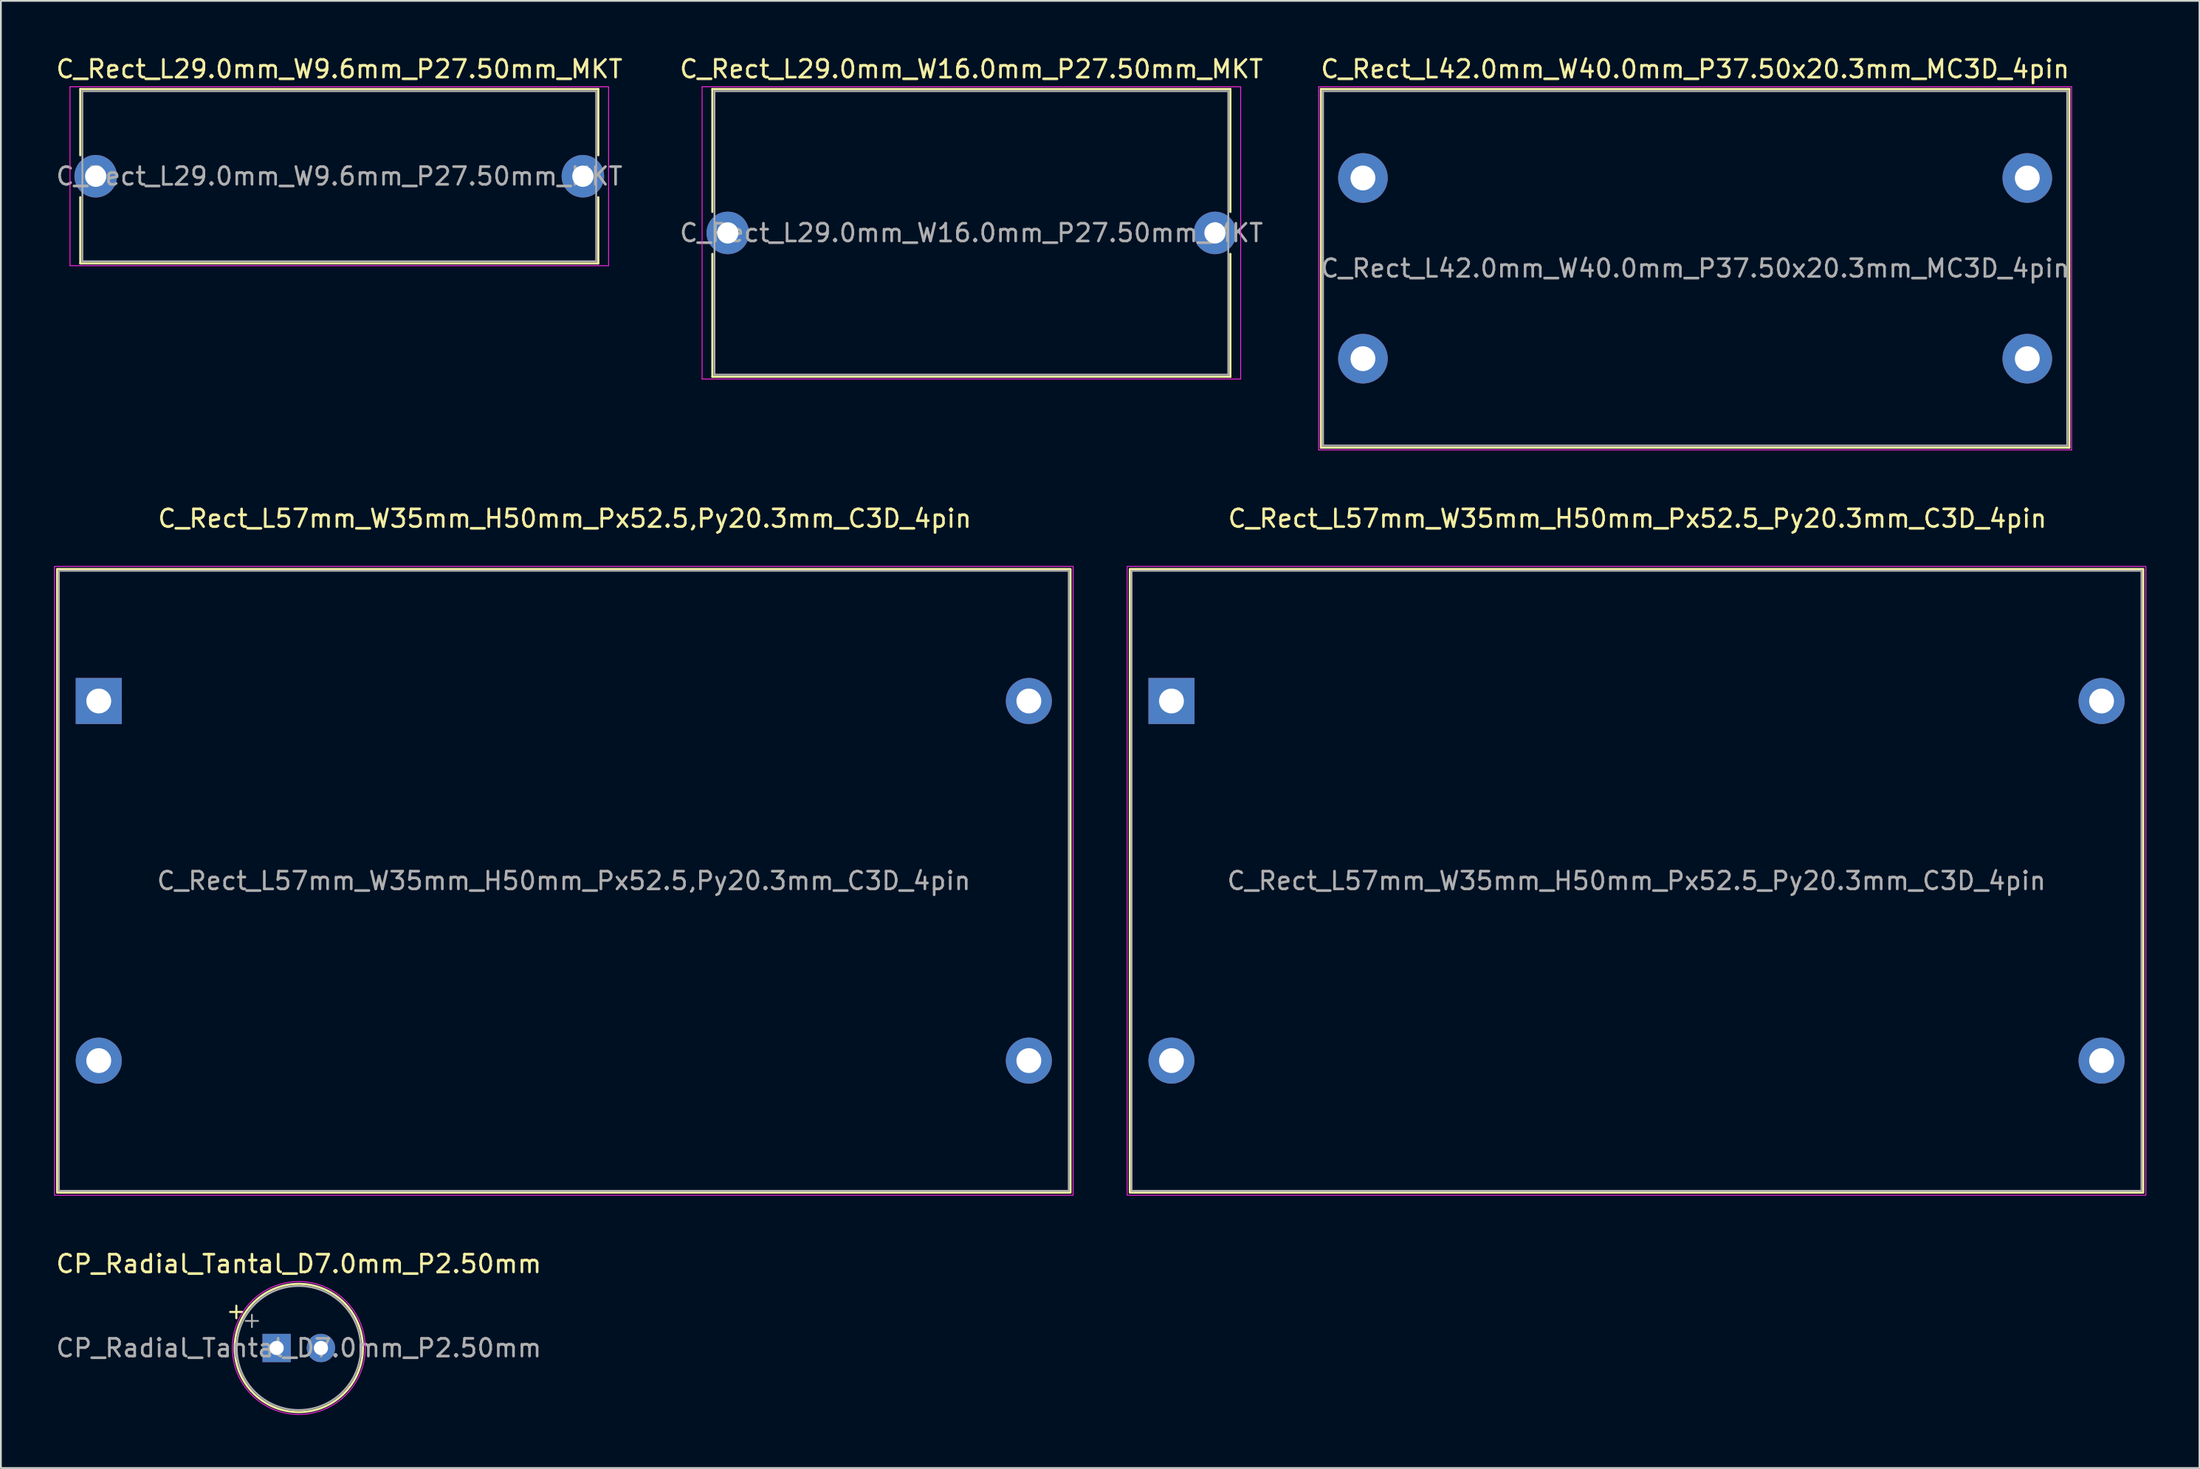
<source format=kicad_pcb>
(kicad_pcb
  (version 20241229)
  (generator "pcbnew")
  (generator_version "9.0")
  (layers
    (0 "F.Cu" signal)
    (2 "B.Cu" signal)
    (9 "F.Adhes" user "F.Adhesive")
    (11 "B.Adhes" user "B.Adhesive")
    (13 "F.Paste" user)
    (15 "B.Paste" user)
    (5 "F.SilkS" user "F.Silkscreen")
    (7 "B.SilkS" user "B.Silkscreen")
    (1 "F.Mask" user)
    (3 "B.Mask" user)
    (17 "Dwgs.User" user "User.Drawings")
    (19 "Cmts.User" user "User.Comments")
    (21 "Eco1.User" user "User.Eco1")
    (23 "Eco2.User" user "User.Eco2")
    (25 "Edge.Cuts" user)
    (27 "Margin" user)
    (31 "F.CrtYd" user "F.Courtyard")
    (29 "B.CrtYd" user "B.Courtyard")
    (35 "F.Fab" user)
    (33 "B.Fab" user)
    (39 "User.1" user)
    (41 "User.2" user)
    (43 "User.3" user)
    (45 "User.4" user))
  (footprint "C_Rect_L57mm_W35mm_H50mm_Px52.5,Py20.3mm_C3D_4pin"
    (layer "F.Cu")
    (at 2.525 36.522)
    (property "Reference" "C_Rect_L57mm_W35mm_H50mm_Px52.5,Py20.3mm_C3D_4pin" (at 26.3 -10.3 0) (layer "F.SilkS") (effects (font (size 1 1) (thickness 0.15))))
    (attr through_hole)
    (fp_rect (start 54.85 27.75) (end -2.35 -7.45) (stroke (width 0.12) (type solid)) (fill no) (layer "F.SilkS"))
    (fp_rect (start -2.5 -7.6) (end 55 27.9) (stroke (width 0.05) (type solid)) (fill no) (layer "F.CrtYd"))
    (fp_rect (start -2.25 -7.35) (end 54.75 27.65) (stroke (width 0.1) (type solid)) (fill no) (layer "F.Fab"))
    (fp_text user "${REFERENCE}" (at 26.25 10.15 0) (layer "F.Fab") (effects (font (size 1 1) (thickness 0.15))))
    (pad "1" thru_hole rect (at 0 0) (size 2.6 2.6) (drill 1.4) (layers "*.Cu" "*.Mask"))
    (pad "1" thru_hole circle (at 0 20.3) (size 2.6 2.6) (drill 1.4) (layers "*.Cu" "*.Mask"))
    (pad "2" thru_hole circle (at 52.5 0) (size 2.6 2.6) (drill 1.4) (layers "*.Cu" "*.Mask"))
    (pad "2" thru_hole circle (at 52.5 20.3) (size 2.6 2.6) (drill 1.4) (layers "*.Cu" "*.Mask")))
  (footprint "CP_Radial_Tantal_D7.0mm_P2.50mm"
    (layer "F.Cu")
    (at 12.565 73.045)
    (property "Reference" "CP_Radial_Tantal_D7.0mm_P2.50mm" (at 1.25 -4.75 0) (layer "F.SilkS") (effects (font (size 1 1) (thickness 0.15))))
    (attr through_hole)
    (fp_line (start -2.625 -2.035) (end -1.925 -2.035) (stroke (width 0.12) (type solid)) (layer "F.SilkS"))
    (fp_line (start -2.275 -2.385) (end -2.275 -1.685) (stroke (width 0.12) (type solid)) (layer "F.SilkS"))
    (fp_circle (center 1.25 0) (end 4.87 0) (stroke (width 0.12) (type solid)) (fill no) (layer "F.SilkS"))
    (fp_circle (center 1.25 0) (end 5 0) (stroke (width 0.05) (type solid)) (fill no) (layer "F.CrtYd"))
    (fp_line (start -1.746 -1.528) (end -1.046 -1.528) (stroke (width 0.1) (type solid)) (layer "F.Fab"))
    (fp_line (start -1.396 -1.877) (end -1.396 -1.177) (stroke (width 0.1) (type solid)) (layer "F.Fab"))
    (fp_circle (center 1.25 0) (end 4.75 0) (stroke (width 0.1) (type solid)) (fill no) (layer "F.Fab"))
    (fp_text user "${REFERENCE}" (at 1.25 0 0) (layer "F.Fab") (effects (font (size 1 1) (thickness 0.15))))
    (pad "1" thru_hole rect (at 0 0) (size 1.6 1.6) (drill 0.8) (layers "*.Cu" "*.Mask"))
    (pad "2" thru_hole circle (at 2.5 0) (size 1.6 1.6) (drill 0.8) (layers "*.Cu" "*.Mask")))
  (footprint "C_Rect_L42.0mm_W40.0mm_P37.50x20.3mm_MC3D_4pin"
    (layer "F.Cu")
    (at 73.882 6.998)
    (property "Reference" "C_Rect_L42.0mm_W40.0mm_P37.50x20.3mm_MC3D_4pin" (at 18.75 -6.15 0) (layer "F.SilkS") (effects (font (size 1 1) (thickness 0.15))))
    (attr through_hole)
    (fp_line (start -2.37 -5.02) (end -2.37 15.22) (stroke (width 0.12) (type solid)) (layer "F.SilkS"))
    (fp_line (start -2.37 -5.02) (end 39.87 -5.02) (stroke (width 0.12) (type solid)) (layer "F.SilkS"))
    (fp_line (start -2.37 15.22) (end 39.87 15.22) (stroke (width 0.12) (type solid)) (layer "F.SilkS"))
    (fp_line (start 39.87 -5.02) (end 39.87 15.22) (stroke (width 0.12) (type solid)) (layer "F.SilkS"))
    (fp_line (start -2.5 -5.15) (end -2.5 15.35) (stroke (width 0.05) (type solid)) (layer "F.CrtYd"))
    (fp_line (start -2.5 15.35) (end 40 15.35) (stroke (width 0.05) (type solid)) (layer "F.CrtYd"))
    (fp_line (start 40 -5.15) (end -2.5 -5.15) (stroke (width 0.05) (type solid)) (layer "F.CrtYd"))
    (fp_line (start 40 -5.15) (end 40 15.35) (stroke (width 0.05) (type solid)) (layer "F.CrtYd"))
    (fp_line (start -2.25 -4.9) (end -2.25 15.1) (stroke (width 0.1) (type solid)) (layer "F.Fab"))
    (fp_line (start -2.25 15.1) (end 39.75 15.1) (stroke (width 0.1) (type solid)) (layer "F.Fab"))
    (fp_line (start 39.75 -4.9) (end -2.25 -4.9) (stroke (width 0.1) (type solid)) (layer "F.Fab"))
    (fp_line (start 39.75 -4.9) (end 39.75 15.1) (stroke (width 0.1) (type solid)) (layer "F.Fab"))
    (fp_text user "${REFERENCE}" (at 18.75 5.1 0) (layer "F.Fab") (effects (font (size 1 1) (thickness 0.15))))
    (pad "1" thru_hole circle (at 0 0) (size 2.8 2.8) (drill 1.4) (layers "*.Cu" "*.Mask"))
    (pad "1" thru_hole circle (at 0 10.2) (size 2.8 2.8) (drill 1.4) (layers "*.Cu" "*.Mask"))
    (pad "2" thru_hole circle (at 37.5 0) (size 2.8 2.8) (drill 1.4) (layers "*.Cu" "*.Mask"))
    (pad "2" thru_hole circle (at 37.5 10.2) (size 2.8 2.8) (drill 1.4) (layers "*.Cu" "*.Mask")))
  (footprint "C_Rect_L29.0mm_W16.0mm_P27.50mm_MKT"
    (layer "F.Cu")
    (at 38.03 10.098)
    (property "Reference" "C_Rect_L29.0mm_W16.0mm_P27.50mm_MKT" (at 13.75 -9.25 0) (layer "F.SilkS") (effects (font (size 1 1) (thickness 0.15))))
    (attr through_hole)
    (fp_line (start -0.87 -8.12) (end -0.87 -1.185) (stroke (width 0.12) (type solid)) (layer "F.SilkS"))
    (fp_line (start -0.87 -8.12) (end 28.37 -8.12) (stroke (width 0.12) (type solid)) (layer "F.SilkS"))
    (fp_line (start -0.87 1.185) (end -0.87 8.12) (stroke (width 0.12) (type solid)) (layer "F.SilkS"))
    (fp_line (start -0.87 8.12) (end 28.37 8.12) (stroke (width 0.12) (type solid)) (layer "F.SilkS"))
    (fp_line (start 28.37 -8.12) (end 28.37 -1.185) (stroke (width 0.12) (type solid)) (layer "F.SilkS"))
    (fp_line (start 28.37 1.185) (end 28.37 8.12) (stroke (width 0.12) (type solid)) (layer "F.SilkS"))
    (fp_line (start -1.45 -8.25) (end -1.45 8.25) (stroke (width 0.05) (type solid)) (layer "F.CrtYd"))
    (fp_line (start -1.45 8.25) (end 28.95 8.25) (stroke (width 0.05) (type solid)) (layer "F.CrtYd"))
    (fp_line (start 28.95 -8.25) (end -1.45 -8.25) (stroke (width 0.05) (type solid)) (layer "F.CrtYd"))
    (fp_line (start 28.95 8.25) (end 28.95 -8.25) (stroke (width 0.05) (type solid)) (layer "F.CrtYd"))
    (fp_line (start -0.75 -8) (end -0.75 8) (stroke (width 0.1) (type solid)) (layer "F.Fab"))
    (fp_line (start -0.75 8) (end 28.25 8) (stroke (width 0.1) (type solid)) (layer "F.Fab"))
    (fp_line (start 28.25 -8) (end -0.75 -8) (stroke (width 0.1) (type solid)) (layer "F.Fab"))
    (fp_line (start 28.25 8) (end 28.25 -8) (stroke (width 0.1) (type solid)) (layer "F.Fab"))
    (fp_text user "${REFERENCE}" (at 13.75 0 0) (layer "F.Fab") (effects (font (size 1 1) (thickness 0.15))))
    (pad "1" thru_hole circle (at 0 0) (size 2.4 2.4) (drill 1.2) (layers "*.Cu" "*.Mask"))
    (pad "2" thru_hole circle (at 27.5 0) (size 2.4 2.4) (drill 1.2) (layers "*.Cu" "*.Mask")))
  (footprint "C_Rect_L57mm_W35mm_H50mm_Px52.5_Py20.3mm_C3D_4pin"
    (layer "F.Cu")
    (at 63.075 36.522)
    (property "Reference" "C_Rect_L57mm_W35mm_H50mm_Px52.5_Py20.3mm_C3D_4pin" (at 26.3 -10.3 0) (layer "F.SilkS") (effects (font (size 1 1) (thickness 0.15))))
    (attr through_hole)
    (fp_rect (start 54.85 27.75) (end -2.35 -7.45) (stroke (width 0.12) (type solid)) (fill no) (layer "F.SilkS"))
    (fp_rect (start -2.5 -7.6) (end 55 27.9) (stroke (width 0.05) (type solid)) (fill no) (layer "F.CrtYd"))
    (fp_rect (start -2.25 -7.35) (end 54.75 27.65) (stroke (width 0.1) (type solid)) (fill no) (layer "F.Fab"))
    (fp_text user "${REFERENCE}" (at 26.25 10.15 0) (layer "F.Fab") (effects (font (size 1 1) (thickness 0.15))))
    (pad "1" thru_hole rect (at 0 0) (size 2.6 2.6) (drill 1.4) (layers "*.Cu" "*.Mask"))
    (pad "1" thru_hole circle (at 0 20.3) (size 2.6 2.6) (drill 1.4) (layers "*.Cu" "*.Mask"))
    (pad "2" thru_hole circle (at 52.5 0) (size 2.6 2.6) (drill 1.4) (layers "*.Cu" "*.Mask"))
    (pad "2" thru_hole circle (at 52.5 20.3) (size 2.6 2.6) (drill 1.4) (layers "*.Cu" "*.Mask")))
  (footprint "C_Rect_L29.0mm_W9.6mm_P27.50mm_MKT"
    (layer "F.Cu")
    (at 2.351 6.898)
    (property "Reference" "C_Rect_L29.0mm_W9.6mm_P27.50mm_MKT" (at 13.75 -6.05 0) (layer "F.SilkS") (effects (font (size 1 1) (thickness 0.15))))
    (attr through_hole)
    (fp_line (start -0.87 -4.92) (end -0.87 -1.185) (stroke (width 0.12) (type solid)) (layer "F.SilkS"))
    (fp_line (start -0.87 -4.92) (end 28.37 -4.92) (stroke (width 0.12) (type solid)) (layer "F.SilkS"))
    (fp_line (start -0.87 1.185) (end -0.87 4.92) (stroke (width 0.12) (type solid)) (layer "F.SilkS"))
    (fp_line (start -0.87 4.92) (end 28.37 4.92) (stroke (width 0.12) (type solid)) (layer "F.SilkS"))
    (fp_line (start 28.37 -4.92) (end 28.37 -1.185) (stroke (width 0.12) (type solid)) (layer "F.SilkS"))
    (fp_line (start 28.37 1.185) (end 28.37 4.92) (stroke (width 0.12) (type solid)) (layer "F.SilkS"))
    (fp_line (start -1.45 -5.05) (end -1.45 5.05) (stroke (width 0.05) (type solid)) (layer "F.CrtYd"))
    (fp_line (start -1.45 5.05) (end 28.95 5.05) (stroke (width 0.05) (type solid)) (layer "F.CrtYd"))
    (fp_line (start 28.95 -5.05) (end -1.45 -5.05) (stroke (width 0.05) (type solid)) (layer "F.CrtYd"))
    (fp_line (start 28.95 5.05) (end 28.95 -5.05) (stroke (width 0.05) (type solid)) (layer "F.CrtYd"))
    (fp_line (start -0.75 -4.8) (end -0.75 4.8) (stroke (width 0.1) (type solid)) (layer "F.Fab"))
    (fp_line (start -0.75 4.8) (end 28.25 4.8) (stroke (width 0.1) (type solid)) (layer "F.Fab"))
    (fp_line (start 28.25 -4.8) (end -0.75 -4.8) (stroke (width 0.1) (type solid)) (layer "F.Fab"))
    (fp_line (start 28.25 4.8) (end 28.25 -4.8) (stroke (width 0.1) (type solid)) (layer "F.Fab"))
    (fp_text user "${REFERENCE}" (at 13.75 0 0) (layer "F.Fab") (effects (font (size 1 1) (thickness 0.15))))
    (pad "1" thru_hole circle (at 0 0) (size 2.4 2.4) (drill 1.2) (layers "*.Cu" "*.Mask"))
    (pad "2" thru_hole circle (at 27.5 0) (size 2.4 2.4) (drill 1.2) (layers "*.Cu" "*.Mask")))
  (gr_rect
    (start -3 -3)
    (end 121.1 79.82)
    (stroke (width 0.1) (type default))
    (fill no)
    (layer "Edge.Cuts")))
</source>
